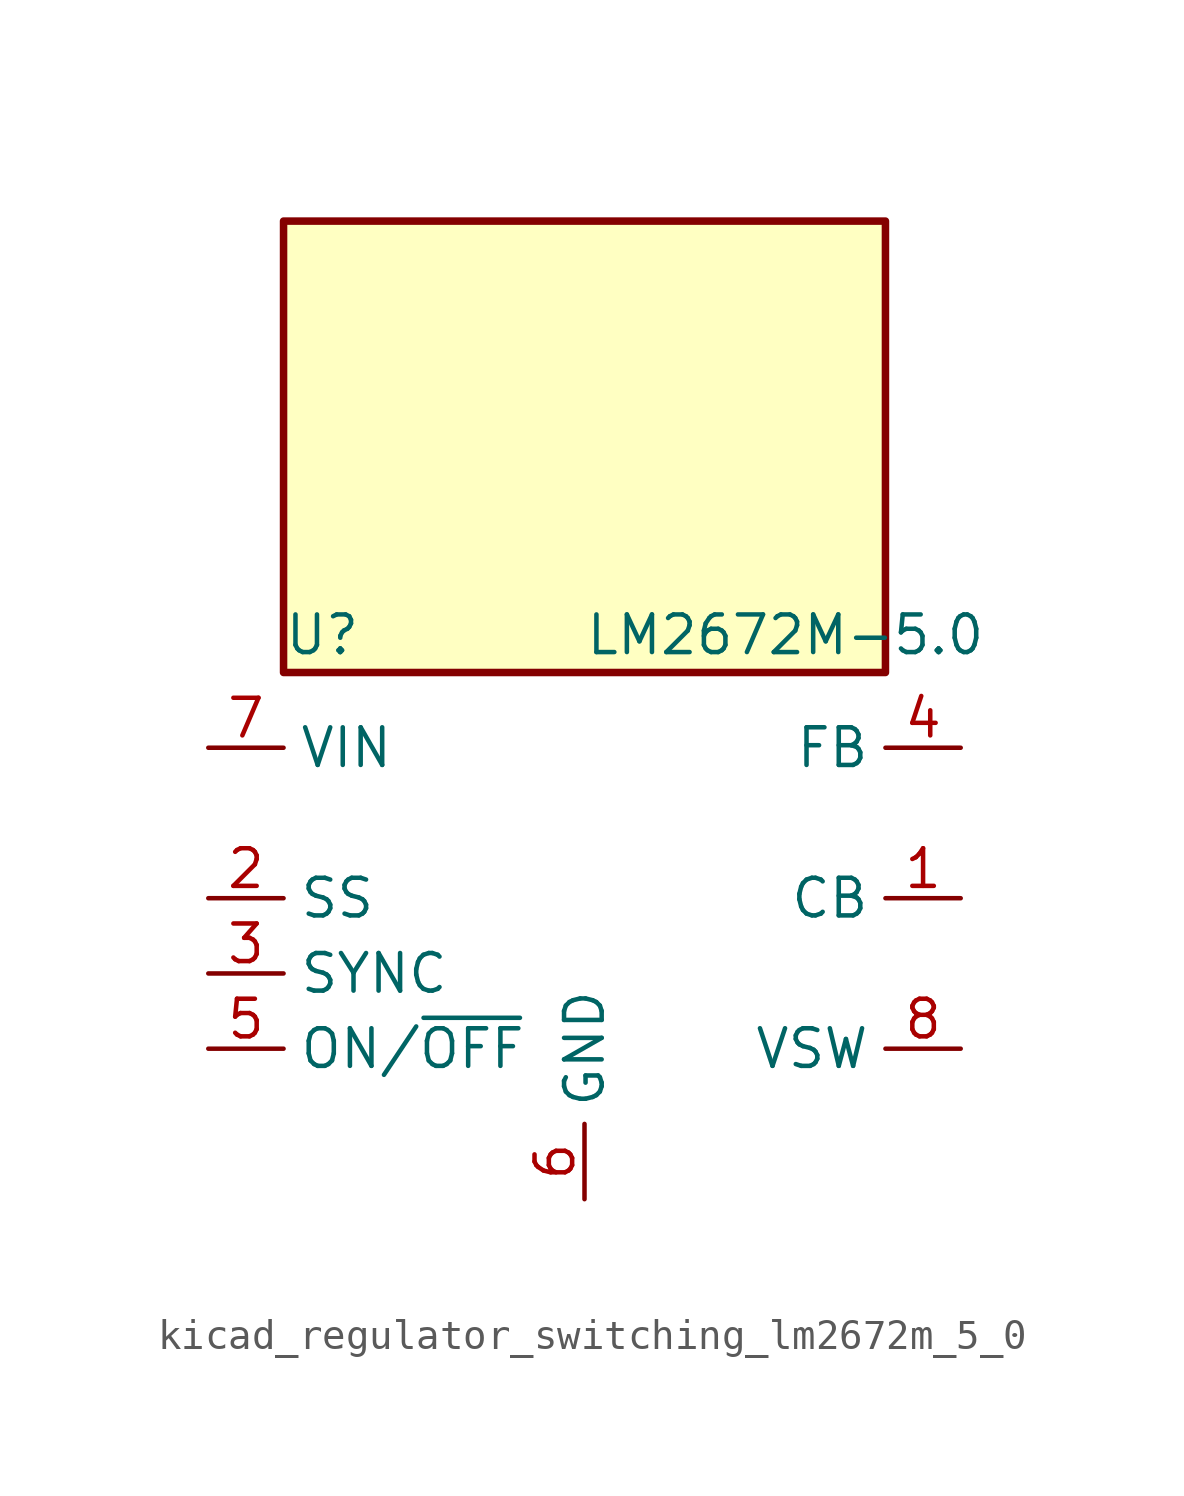
<source format=kicad_sym>
(kicad_symbol_lib
  (version 20220914)
  (generator kicad_symbol_editor)
  (symbol "kicad_regulator_switching_lm2672m_5_0"
    (property "Reference" "U"
      (at -10.16 8.89 0)
      (effects (font (size 1.27 1.27)) (justify left)))
    (property "Value" "LM2672M-5.0"
      (at 0 8.89 0)
      (effects (font (size 1.27 1.27)) (justify left)))
    (symbol "kicad_regulator_switching_lm2672m_5_0_0_1"
      (rectangle (start 10.16 22.86) (end -10.16 7.62) (stroke (width 0.254) (type default)) (fill (type background))))
    (symbol "kicad_regulator_switching_lm2672m_5_0_1_1"
      (pin input line (at 12.7 0 180) (length 2.54) (name "CB" (effects (font (size 1.27 1.27)))) (number "1" (effects (font (size 1.27 1.27)))))
      (pin input line (at -12.7 0 0) (length 2.54) (name "SS" (effects (font (size 1.27 1.27)))) (number "2" (effects (font (size 1.27 1.27)))))
      (pin input line (at -12.7 -2.54 0) (length 2.54) (name "SYNC" (effects (font (size 1.27 1.27)))) (number "3" (effects (font (size 1.27 1.27)))))
      (pin input line (at 12.7 5.08 180) (length 2.54) (name "FB" (effects (font (size 1.27 1.27)))) (number "4" (effects (font (size 1.27 1.27)))))
      (pin input line (at -12.7 -5.08 0) (length 2.54) (name "ON/~{OFF}" (effects (font (size 1.27 1.27)))) (number "5" (effects (font (size 1.27 1.27)))))
      (pin power_in line (at 0 -10.16 90) (length 2.54) (name "GND" (effects (font (size 1.27 1.27)))) (number "6" (effects (font (size 1.27 1.27)))))
      (pin power_in line (at -12.7 5.08 0) (length 2.54) (name "VIN" (effects (font (size 1.27 1.27)))) (number "7" (effects (font (size 1.27 1.27)))))
      (pin output line (at 12.7 -5.08 180) (length 2.54) (name "VSW" (effects (font (size 1.27 1.27)))) (number "8" (effects (font (size 1.27 1.27))))))))
</source>
